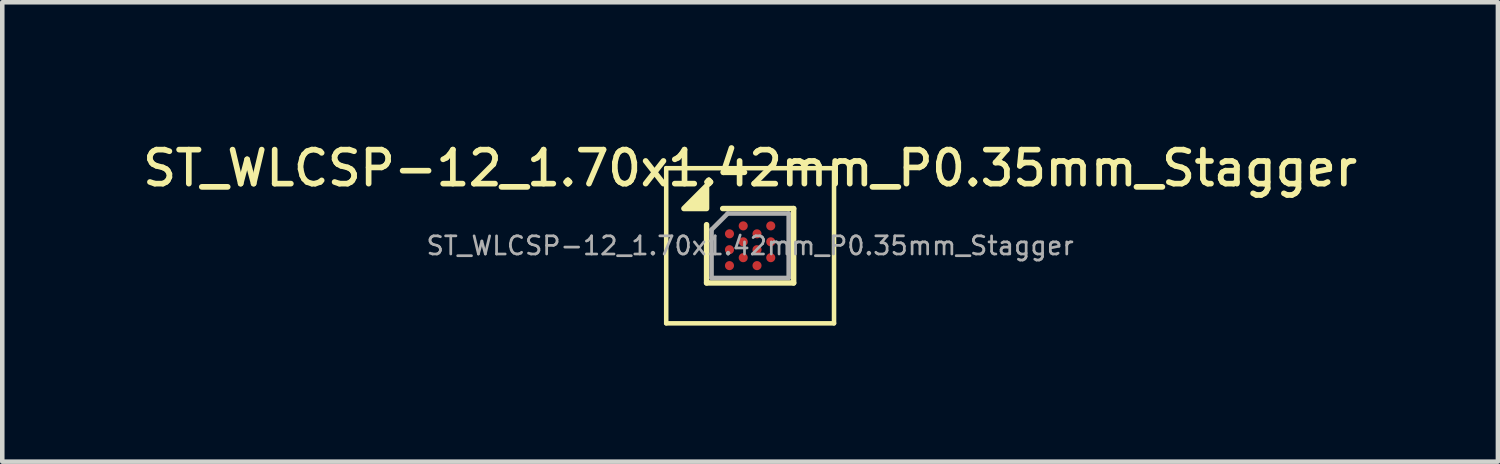
<source format=kicad_pcb>
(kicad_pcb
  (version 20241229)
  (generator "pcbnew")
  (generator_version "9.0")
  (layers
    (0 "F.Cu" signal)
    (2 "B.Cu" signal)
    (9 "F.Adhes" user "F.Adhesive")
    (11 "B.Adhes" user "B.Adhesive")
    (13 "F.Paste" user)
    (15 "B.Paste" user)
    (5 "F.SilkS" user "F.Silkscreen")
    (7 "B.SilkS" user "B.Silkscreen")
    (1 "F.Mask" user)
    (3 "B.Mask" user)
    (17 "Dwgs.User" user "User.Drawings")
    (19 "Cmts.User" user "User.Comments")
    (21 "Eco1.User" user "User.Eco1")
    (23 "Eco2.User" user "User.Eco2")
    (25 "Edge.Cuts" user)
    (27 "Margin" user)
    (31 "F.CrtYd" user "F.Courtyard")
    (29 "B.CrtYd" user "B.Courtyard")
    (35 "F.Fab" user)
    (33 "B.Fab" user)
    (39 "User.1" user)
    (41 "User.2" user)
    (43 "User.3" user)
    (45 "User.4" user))
  (footprint "ST_WLCSP-12_1.70x1.42mm_P0.35mm_Stagger"
    (layer "F.Cu")
    (at 13.488 2.368)
    (property "Reference" "ST_WLCSP-12_1.70x1.42mm_P0.35mm_Stagger" (at 0 -1.71 0) (layer "F.SilkS") (effects (font (size 0.75 0.75) (thickness 0.125))))
    (attr smd)
    (fp_line (start -1.85 -1.71) (end -1.85 1.71) (stroke (width 0.1) (type solid)) (layer "F.SilkS"))
    (fp_line (start -1.85 1.71) (end 1.85 1.71) (stroke (width 0.1) (type solid)) (layer "F.SilkS"))
    (fp_line (start -0.96 0.82) (end -0.96 -0.465) (stroke (width 0.12) (type solid)) (layer "F.SilkS"))
    (fp_line (start -0.605 -0.82) (end 0.96 -0.82) (stroke (width 0.12) (type solid)) (layer "F.SilkS"))
    (fp_line (start 0.96 -0.82) (end 0.96 0.82) (stroke (width 0.12) (type solid)) (layer "F.SilkS"))
    (fp_line (start 0.96 0.82) (end -0.96 0.82) (stroke (width 0.12) (type solid)) (layer "F.SilkS"))
    (fp_line (start 1.85 -1.71) (end -1.85 -1.71) (stroke (width 0.1) (type solid)) (layer "F.SilkS"))
    (fp_line (start 1.85 1.71) (end 1.85 -1.71) (stroke (width 0.1) (type solid)) (layer "F.SilkS"))
    (fp_poly (pts (xy -0.96 -0.82) (xy -1.46 -0.82) (xy -0.96 -1.32) (xy -0.96 -0.82)) (stroke (width 0.12) (type solid)) (fill yes) (layer "F.SilkS"))
    (fp_line (start -0.85 -0.355) (end -0.495 -0.71) (stroke (width 0.1) (type solid)) (layer "F.Fab"))
    (fp_line (start -0.85 0.71) (end -0.85 -0.355) (stroke (width 0.1) (type solid)) (layer "F.Fab"))
    (fp_line (start -0.495 -0.71) (end 0.85 -0.71) (stroke (width 0.1) (type solid)) (layer "F.Fab"))
    (fp_line (start 0.85 -0.71) (end 0.85 0.71) (stroke (width 0.1) (type solid)) (layer "F.Fab"))
    (fp_line (start 0.85 0.71) (end -0.85 0.71) (stroke (width 0.1) (type solid)) (layer "F.Fab"))
    (fp_text user "${REFERENCE}" (at 0 0 0) (layer "F.Fab") (effects (font (size 0.4 0.4) (thickness 0.06))))
    (pad "A2" smd circle (at -0.152 -0.438) (size 0.2 0.2) (property pad_prop_bga) (layers "F.Cu" "F.Mask" "F.Paste"))
    (pad "A4" smd circle (at 0.455 -0.438) (size 0.2 0.2) (property pad_prop_bga) (layers "F.Cu" "F.Mask" "F.Paste"))
    (pad "B1" smd circle (at -0.455 -0.263) (size 0.2 0.2) (property pad_prop_bga) (layers "F.Cu" "F.Mask" "F.Paste"))
    (pad "B3" smd circle (at 0.152 -0.263) (size 0.2 0.2) (property pad_prop_bga) (layers "F.Cu" "F.Mask" "F.Paste"))
    (pad "C2" smd circle (at -0.152 -0.087) (size 0.2 0.2) (property pad_prop_bga) (layers "F.Cu" "F.Mask" "F.Paste"))
    (pad "C4" smd circle (at 0.455 -0.087) (size 0.2 0.2) (property pad_prop_bga) (layers "F.Cu" "F.Mask" "F.Paste"))
    (pad "D1" smd circle (at -0.455 0.087) (size 0.2 0.2) (property pad_prop_bga) (layers "F.Cu" "F.Mask" "F.Paste"))
    (pad "D3" smd circle (at 0.152 0.087) (size 0.2 0.2) (property pad_prop_bga) (layers "F.Cu" "F.Mask" "F.Paste"))
    (pad "E2" smd circle (at -0.152 0.263) (size 0.2 0.2) (property pad_prop_bga) (layers "F.Cu" "F.Mask" "F.Paste"))
    (pad "E4" smd circle (at 0.455 0.263) (size 0.2 0.2) (property pad_prop_bga) (layers "F.Cu" "F.Mask" "F.Paste"))
    (pad "F1" smd circle (at -0.455 0.438) (size 0.2 0.2) (property pad_prop_bga) (layers "F.Cu" "F.Mask" "F.Paste"))
    (pad "F3" smd circle (at 0.152 0.438) (size 0.2 0.2) (property pad_prop_bga) (layers "F.Cu" "F.Mask" "F.Paste")))
  (gr_rect
    (start -3 -3)
    (end 29.975 7.128)
    (stroke (width 0.1) (type default))
    (fill no)
    (layer "Edge.Cuts")))
</source>
